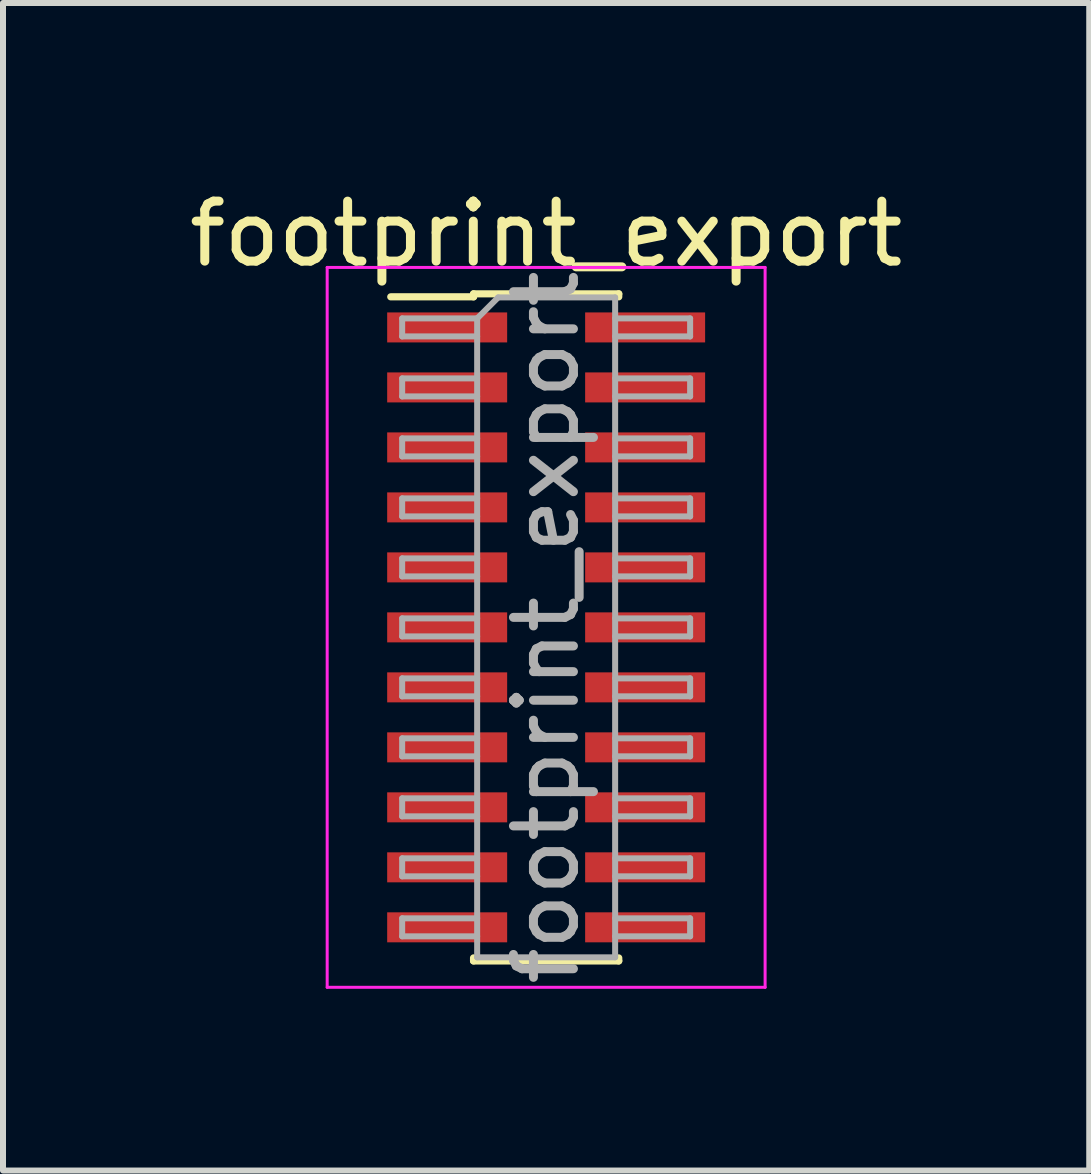
<source format=kicad_pcb>
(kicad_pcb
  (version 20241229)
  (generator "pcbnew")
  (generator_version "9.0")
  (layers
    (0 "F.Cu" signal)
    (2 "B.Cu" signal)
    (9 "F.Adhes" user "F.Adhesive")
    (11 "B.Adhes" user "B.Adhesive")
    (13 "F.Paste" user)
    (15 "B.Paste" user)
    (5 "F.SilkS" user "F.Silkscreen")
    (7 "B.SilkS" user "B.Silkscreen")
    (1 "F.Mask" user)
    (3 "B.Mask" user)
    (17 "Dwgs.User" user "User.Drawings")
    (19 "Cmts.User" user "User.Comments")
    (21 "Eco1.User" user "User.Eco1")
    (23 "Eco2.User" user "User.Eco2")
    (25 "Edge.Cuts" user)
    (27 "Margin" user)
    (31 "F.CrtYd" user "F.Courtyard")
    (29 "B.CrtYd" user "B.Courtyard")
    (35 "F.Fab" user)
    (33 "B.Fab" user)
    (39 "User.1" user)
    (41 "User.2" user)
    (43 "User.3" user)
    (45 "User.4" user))
  (footprint "footprint_export"
    (layer "F.Cu")
    (at 6.054 7.408)
    (property "Reference" "footprint_export" (at 0 -6.56 0) (layer "F.SilkS") (effects (font (size 1 1) (thickness 0.15))))
    (attr smd)
    (fp_line (start -2.59 -5.51) (end -1.21 -5.51) (stroke (width 0.12) (type solid)) (layer "F.SilkS"))
    (fp_line (start -1.21 -5.56) (end -1.21 -5.51) (stroke (width 0.12) (type solid)) (layer "F.SilkS"))
    (fp_line (start -1.21 -5.56) (end 1.21 -5.56) (stroke (width 0.12) (type solid)) (layer "F.SilkS"))
    (fp_line (start -1.21 5.51) (end -1.21 5.56) (stroke (width 0.12) (type solid)) (layer "F.SilkS"))
    (fp_line (start -1.21 5.56) (end 1.21 5.56) (stroke (width 0.12) (type solid)) (layer "F.SilkS"))
    (fp_line (start 1.21 -5.56) (end 1.21 -5.51) (stroke (width 0.12) (type solid)) (layer "F.SilkS"))
    (fp_line (start 1.21 5.51) (end 1.21 5.56) (stroke (width 0.12) (type solid)) (layer "F.SilkS"))
    (fp_line (start -3.65 -6) (end -3.65 6) (stroke (width 0.05) (type solid)) (layer "F.CrtYd"))
    (fp_line (start -3.65 6) (end 3.65 6) (stroke (width 0.05) (type solid)) (layer "F.CrtYd"))
    (fp_line (start 3.65 -6) (end -3.65 -6) (stroke (width 0.05) (type solid)) (layer "F.CrtYd"))
    (fp_line (start 3.65 6) (end 3.65 -6) (stroke (width 0.05) (type solid)) (layer "F.CrtYd"))
    (fp_line (start -2.4 -5.15) (end -2.4 -4.85) (stroke (width 0.1) (type solid)) (layer "F.Fab"))
    (fp_line (start -2.4 -4.85) (end -1.15 -4.85) (stroke (width 0.1) (type solid)) (layer "F.Fab"))
    (fp_line (start -2.4 -4.15) (end -2.4 -3.85) (stroke (width 0.1) (type solid)) (layer "F.Fab"))
    (fp_line (start -2.4 -3.85) (end -1.15 -3.85) (stroke (width 0.1) (type solid)) (layer "F.Fab"))
    (fp_line (start -2.4 -3.15) (end -2.4 -2.85) (stroke (width 0.1) (type solid)) (layer "F.Fab"))
    (fp_line (start -2.4 -2.85) (end -1.15 -2.85) (stroke (width 0.1) (type solid)) (layer "F.Fab"))
    (fp_line (start -2.4 -2.15) (end -2.4 -1.85) (stroke (width 0.1) (type solid)) (layer "F.Fab"))
    (fp_line (start -2.4 -1.85) (end -1.15 -1.85) (stroke (width 0.1) (type solid)) (layer "F.Fab"))
    (fp_line (start -2.4 -1.15) (end -2.4 -0.85) (stroke (width 0.1) (type solid)) (layer "F.Fab"))
    (fp_line (start -2.4 -0.85) (end -1.15 -0.85) (stroke (width 0.1) (type solid)) (layer "F.Fab"))
    (fp_line (start -2.4 -0.15) (end -2.4 0.15) (stroke (width 0.1) (type solid)) (layer "F.Fab"))
    (fp_line (start -2.4 0.15) (end -1.15 0.15) (stroke (width 0.1) (type solid)) (layer "F.Fab"))
    (fp_line (start -2.4 0.85) (end -2.4 1.15) (stroke (width 0.1) (type solid)) (layer "F.Fab"))
    (fp_line (start -2.4 1.15) (end -1.15 1.15) (stroke (width 0.1) (type solid)) (layer "F.Fab"))
    (fp_line (start -2.4 1.85) (end -2.4 2.15) (stroke (width 0.1) (type solid)) (layer "F.Fab"))
    (fp_line (start -2.4 2.15) (end -1.15 2.15) (stroke (width 0.1) (type solid)) (layer "F.Fab"))
    (fp_line (start -2.4 2.85) (end -2.4 3.15) (stroke (width 0.1) (type solid)) (layer "F.Fab"))
    (fp_line (start -2.4 3.15) (end -1.15 3.15) (stroke (width 0.1) (type solid)) (layer "F.Fab"))
    (fp_line (start -2.4 3.85) (end -2.4 4.15) (stroke (width 0.1) (type solid)) (layer "F.Fab"))
    (fp_line (start -2.4 4.15) (end -1.15 4.15) (stroke (width 0.1) (type solid)) (layer "F.Fab"))
    (fp_line (start -2.4 4.85) (end -2.4 5.15) (stroke (width 0.1) (type solid)) (layer "F.Fab"))
    (fp_line (start -2.4 5.15) (end -1.15 5.15) (stroke (width 0.1) (type solid)) (layer "F.Fab"))
    (fp_line (start -1.15 -5.15) (end -2.4 -5.15) (stroke (width 0.1) (type solid)) (layer "F.Fab"))
    (fp_line (start -1.15 -5.15) (end -0.8 -5.5) (stroke (width 0.1) (type solid)) (layer "F.Fab"))
    (fp_line (start -1.15 -4.15) (end -2.4 -4.15) (stroke (width 0.1) (type solid)) (layer "F.Fab"))
    (fp_line (start -1.15 -3.15) (end -2.4 -3.15) (stroke (width 0.1) (type solid)) (layer "F.Fab"))
    (fp_line (start -1.15 -2.15) (end -2.4 -2.15) (stroke (width 0.1) (type solid)) (layer "F.Fab"))
    (fp_line (start -1.15 -1.15) (end -2.4 -1.15) (stroke (width 0.1) (type solid)) (layer "F.Fab"))
    (fp_line (start -1.15 -0.15) (end -2.4 -0.15) (stroke (width 0.1) (type solid)) (layer "F.Fab"))
    (fp_line (start -1.15 0.85) (end -2.4 0.85) (stroke (width 0.1) (type solid)) (layer "F.Fab"))
    (fp_line (start -1.15 1.85) (end -2.4 1.85) (stroke (width 0.1) (type solid)) (layer "F.Fab"))
    (fp_line (start -1.15 2.85) (end -2.4 2.85) (stroke (width 0.1) (type solid)) (layer "F.Fab"))
    (fp_line (start -1.15 3.85) (end -2.4 3.85) (stroke (width 0.1) (type solid)) (layer "F.Fab"))
    (fp_line (start -1.15 4.85) (end -2.4 4.85) (stroke (width 0.1) (type solid)) (layer "F.Fab"))
    (fp_line (start -1.15 5.5) (end -1.15 -5.15) (stroke (width 0.1) (type solid)) (layer "F.Fab"))
    (fp_line (start -0.8 -5.5) (end 1.15 -5.5) (stroke (width 0.1) (type solid)) (layer "F.Fab"))
    (fp_line (start 1.15 -5.5) (end 1.15 5.5) (stroke (width 0.1) (type solid)) (layer "F.Fab"))
    (fp_line (start 1.15 -5.15) (end 2.4 -5.15) (stroke (width 0.1) (type solid)) (layer "F.Fab"))
    (fp_line (start 1.15 -4.15) (end 2.4 -4.15) (stroke (width 0.1) (type solid)) (layer "F.Fab"))
    (fp_line (start 1.15 -3.15) (end 2.4 -3.15) (stroke (width 0.1) (type solid)) (layer "F.Fab"))
    (fp_line (start 1.15 -2.15) (end 2.4 -2.15) (stroke (width 0.1) (type solid)) (layer "F.Fab"))
    (fp_line (start 1.15 -1.15) (end 2.4 -1.15) (stroke (width 0.1) (type solid)) (layer "F.Fab"))
    (fp_line (start 1.15 -0.15) (end 2.4 -0.15) (stroke (width 0.1) (type solid)) (layer "F.Fab"))
    (fp_line (start 1.15 0.85) (end 2.4 0.85) (stroke (width 0.1) (type solid)) (layer "F.Fab"))
    (fp_line (start 1.15 1.85) (end 2.4 1.85) (stroke (width 0.1) (type solid)) (layer "F.Fab"))
    (fp_line (start 1.15 2.85) (end 2.4 2.85) (stroke (width 0.1) (type solid)) (layer "F.Fab"))
    (fp_line (start 1.15 3.85) (end 2.4 3.85) (stroke (width 0.1) (type solid)) (layer "F.Fab"))
    (fp_line (start 1.15 4.85) (end 2.4 4.85) (stroke (width 0.1) (type solid)) (layer "F.Fab"))
    (fp_line (start 1.15 5.5) (end -1.15 5.5) (stroke (width 0.1) (type solid)) (layer "F.Fab"))
    (fp_line (start 2.4 -5.15) (end 2.4 -4.85) (stroke (width 0.1) (type solid)) (layer "F.Fab"))
    (fp_line (start 2.4 -4.85) (end 1.15 -4.85) (stroke (width 0.1) (type solid)) (layer "F.Fab"))
    (fp_line (start 2.4 -4.15) (end 2.4 -3.85) (stroke (width 0.1) (type solid)) (layer "F.Fab"))
    (fp_line (start 2.4 -3.85) (end 1.15 -3.85) (stroke (width 0.1) (type solid)) (layer "F.Fab"))
    (fp_line (start 2.4 -3.15) (end 2.4 -2.85) (stroke (width 0.1) (type solid)) (layer "F.Fab"))
    (fp_line (start 2.4 -2.85) (end 1.15 -2.85) (stroke (width 0.1) (type solid)) (layer "F.Fab"))
    (fp_line (start 2.4 -2.15) (end 2.4 -1.85) (stroke (width 0.1) (type solid)) (layer "F.Fab"))
    (fp_line (start 2.4 -1.85) (end 1.15 -1.85) (stroke (width 0.1) (type solid)) (layer "F.Fab"))
    (fp_line (start 2.4 -1.15) (end 2.4 -0.85) (stroke (width 0.1) (type solid)) (layer "F.Fab"))
    (fp_line (start 2.4 -0.85) (end 1.15 -0.85) (stroke (width 0.1) (type solid)) (layer "F.Fab"))
    (fp_line (start 2.4 -0.15) (end 2.4 0.15) (stroke (width 0.1) (type solid)) (layer "F.Fab"))
    (fp_line (start 2.4 0.15) (end 1.15 0.15) (stroke (width 0.1) (type solid)) (layer "F.Fab"))
    (fp_line (start 2.4 0.85) (end 2.4 1.15) (stroke (width 0.1) (type solid)) (layer "F.Fab"))
    (fp_line (start 2.4 1.15) (end 1.15 1.15) (stroke (width 0.1) (type solid)) (layer "F.Fab"))
    (fp_line (start 2.4 1.85) (end 2.4 2.15) (stroke (width 0.1) (type solid)) (layer "F.Fab"))
    (fp_line (start 2.4 2.15) (end 1.15 2.15) (stroke (width 0.1) (type solid)) (layer "F.Fab"))
    (fp_line (start 2.4 2.85) (end 2.4 3.15) (stroke (width 0.1) (type solid)) (layer "F.Fab"))
    (fp_line (start 2.4 3.15) (end 1.15 3.15) (stroke (width 0.1) (type solid)) (layer "F.Fab"))
    (fp_line (start 2.4 3.85) (end 2.4 4.15) (stroke (width 0.1) (type solid)) (layer "F.Fab"))
    (fp_line (start 2.4 4.15) (end 1.15 4.15) (stroke (width 0.1) (type solid)) (layer "F.Fab"))
    (fp_line (start 2.4 4.85) (end 2.4 5.15) (stroke (width 0.1) (type solid)) (layer "F.Fab"))
    (fp_line (start 2.4 5.15) (end 1.15 5.15) (stroke (width 0.1) (type solid)) (layer "F.Fab"))
    (fp_text user "${REFERENCE}" (at 0 0 90) (layer "F.Fab") (effects (font (size 1 1) (thickness 0.15))))
    (pad "1" smd rect (at -1.65 -5) (size 2 0.5) (layers "F.Cu" "F.Mask" "F.Paste"))
    (pad "2" smd rect (at 1.65 -5) (size 2 0.5) (layers "F.Cu" "F.Mask" "F.Paste"))
    (pad "3" smd rect (at -1.65 -4) (size 2 0.5) (layers "F.Cu" "F.Mask" "F.Paste"))
    (pad "4" smd rect (at 1.65 -4) (size 2 0.5) (layers "F.Cu" "F.Mask" "F.Paste"))
    (pad "5" smd rect (at -1.65 -3) (size 2 0.5) (layers "F.Cu" "F.Mask" "F.Paste"))
    (pad "6" smd rect (at 1.65 -3) (size 2 0.5) (layers "F.Cu" "F.Mask" "F.Paste"))
    (pad "7" smd rect (at -1.65 -2) (size 2 0.5) (layers "F.Cu" "F.Mask" "F.Paste"))
    (pad "8" smd rect (at 1.65 -2) (size 2 0.5) (layers "F.Cu" "F.Mask" "F.Paste"))
    (pad "9" smd rect (at -1.65 -1) (size 2 0.5) (layers "F.Cu" "F.Mask" "F.Paste"))
    (pad "10" smd rect (at 1.65 -1) (size 2 0.5) (layers "F.Cu" "F.Mask" "F.Paste"))
    (pad "11" smd rect (at -1.65 0) (size 2 0.5) (layers "F.Cu" "F.Mask" "F.Paste"))
    (pad "12" smd rect (at 1.65 0) (size 2 0.5) (layers "F.Cu" "F.Mask" "F.Paste"))
    (pad "13" smd rect (at -1.65 1) (size 2 0.5) (layers "F.Cu" "F.Mask" "F.Paste"))
    (pad "14" smd rect (at 1.65 1) (size 2 0.5) (layers "F.Cu" "F.Mask" "F.Paste"))
    (pad "15" smd rect (at -1.65 2) (size 2 0.5) (layers "F.Cu" "F.Mask" "F.Paste"))
    (pad "16" smd rect (at 1.65 2) (size 2 0.5) (layers "F.Cu" "F.Mask" "F.Paste"))
    (pad "17" smd rect (at -1.65 3) (size 2 0.5) (layers "F.Cu" "F.Mask" "F.Paste"))
    (pad "18" smd rect (at 1.65 3) (size 2 0.5) (layers "F.Cu" "F.Mask" "F.Paste"))
    (pad "19" smd rect (at -1.65 4) (size 2 0.5) (layers "F.Cu" "F.Mask" "F.Paste"))
    (pad "20" smd rect (at 1.65 4) (size 2 0.5) (layers "F.Cu" "F.Mask" "F.Paste"))
    (pad "21" smd rect (at -1.65 5) (size 2 0.5) (layers "F.Cu" "F.Mask" "F.Paste"))
    (pad "22" smd rect (at 1.65 5) (size 2 0.5) (layers "F.Cu" "F.Mask" "F.Paste")))
  (gr_rect
    (start -3 -3)
    (end 15.107 16.462)
    (stroke (width 0.1) (type default))
    (fill no)
    (layer "Edge.Cuts")))
</source>
